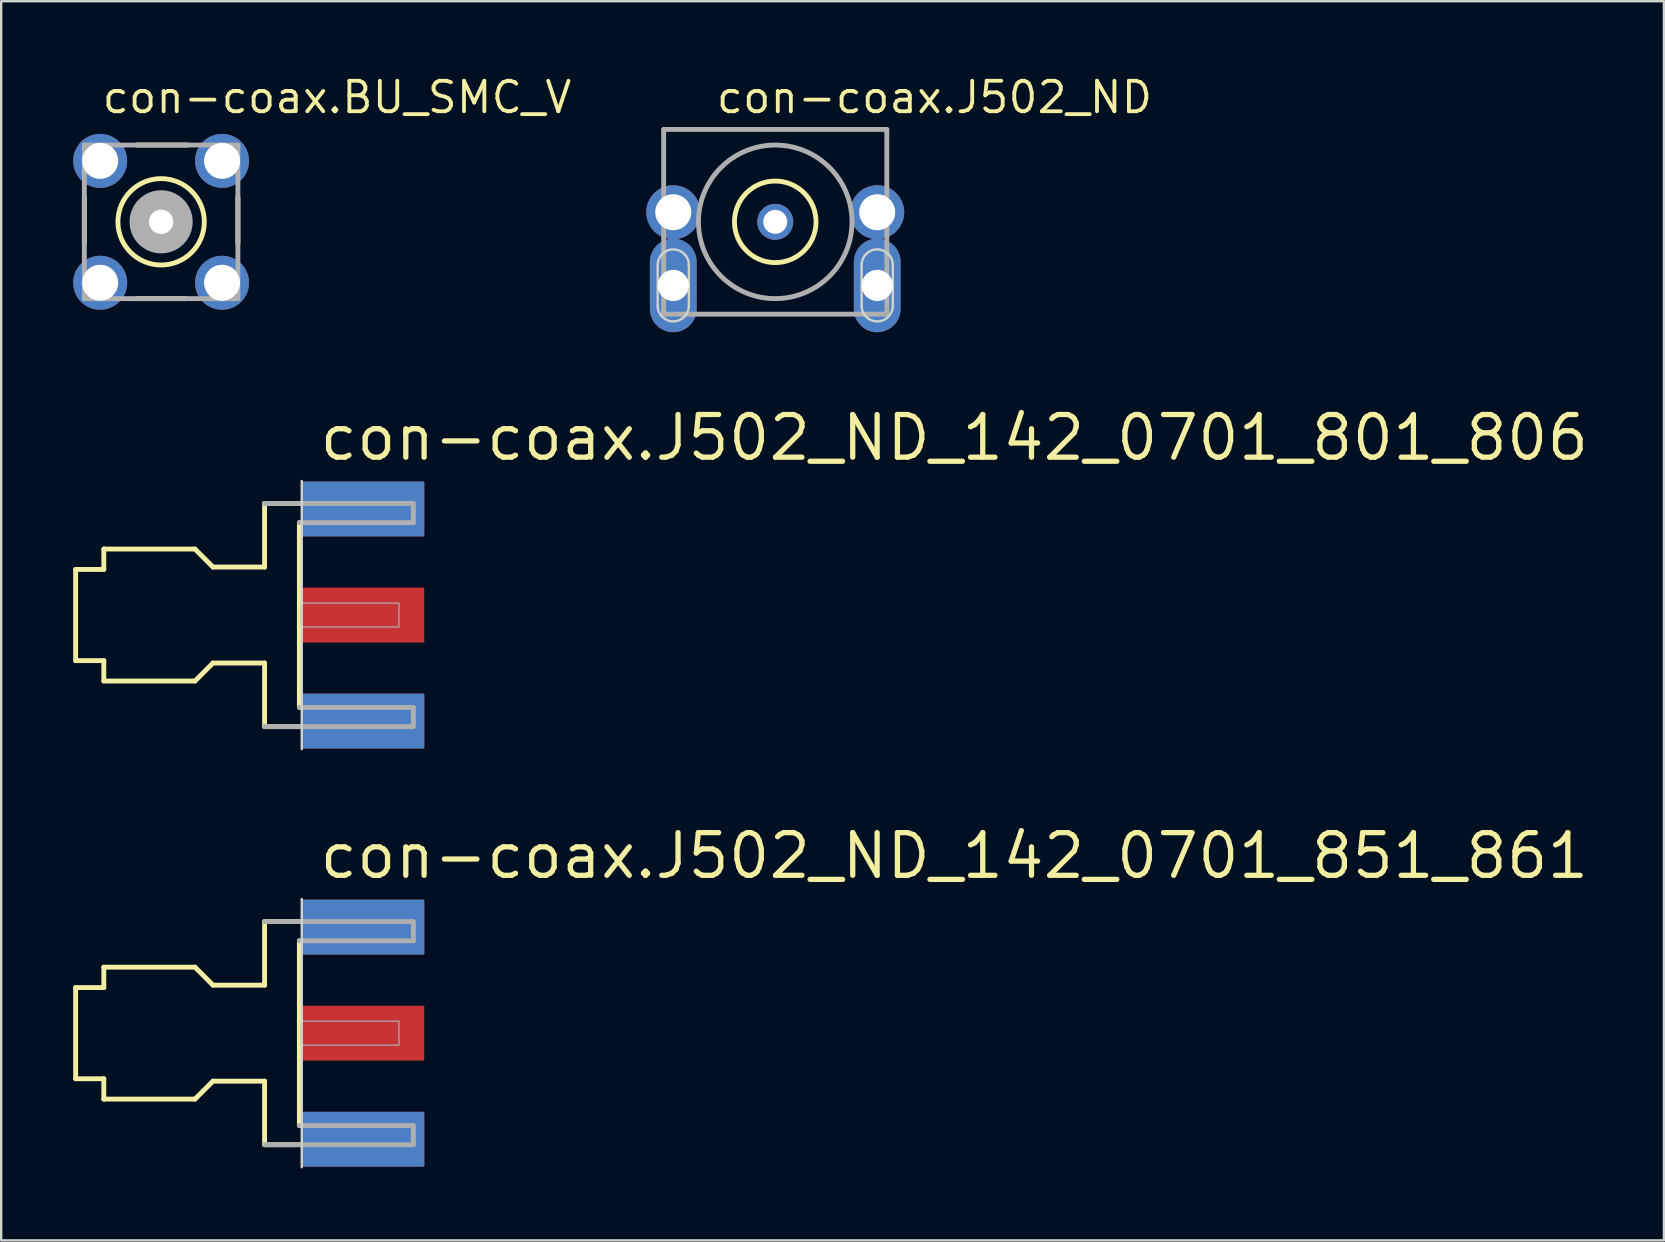
<source format=kicad_pcb>
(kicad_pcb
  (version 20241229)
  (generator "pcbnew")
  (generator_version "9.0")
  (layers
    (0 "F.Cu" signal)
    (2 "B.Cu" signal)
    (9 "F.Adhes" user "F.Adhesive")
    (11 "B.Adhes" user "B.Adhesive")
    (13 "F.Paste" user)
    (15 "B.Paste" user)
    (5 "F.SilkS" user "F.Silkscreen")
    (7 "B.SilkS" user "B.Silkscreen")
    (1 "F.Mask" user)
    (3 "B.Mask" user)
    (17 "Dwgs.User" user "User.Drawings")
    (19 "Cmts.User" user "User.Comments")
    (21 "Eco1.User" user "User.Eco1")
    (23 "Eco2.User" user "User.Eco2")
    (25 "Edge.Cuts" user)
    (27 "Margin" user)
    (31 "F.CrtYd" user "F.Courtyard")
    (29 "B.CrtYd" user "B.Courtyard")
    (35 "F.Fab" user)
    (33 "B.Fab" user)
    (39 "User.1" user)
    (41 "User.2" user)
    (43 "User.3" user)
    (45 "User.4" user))
  (footprint "con-coax.J502_ND"
    (layer "F.Cu")
    (at 29.26 6.195)
    (property "Reference" "con-coax.J502_ND" (at -2.54 -4.445 0) (layer "F.SilkS") (effects (font (size 1.27 1.27) (thickness 0.16)) (justify left bottom)))
    (attr through_hole)
    (fp_circle (center 0 0) (end 1.7 0) (stroke (width 0.203) (type default)) (fill no) (layer "F.SilkS"))
    (fp_line (start -4.9 3.5) (end -4.9 1.8) (stroke (width 0.1) (type default)) (layer "Edge.Cuts"))
    (fp_line (start -3.6 1.8) (end -3.6 3.5) (stroke (width 0.1) (type default)) (layer "Edge.Cuts"))
    (fp_line (start 3.6 3.5) (end 3.6 1.8) (stroke (width 0.1) (type default)) (layer "Edge.Cuts"))
    (fp_line (start 4.9 1.8) (end 4.9 3.5) (stroke (width 0.1) (type default)) (layer "Edge.Cuts"))
    (fp_arc (start -4.9 1.8) (mid -4.25 1.15) (end -3.6 1.8) (stroke (width 0.1) (type default)) (layer "Edge.Cuts"))
    (fp_arc (start -3.6 3.5) (mid -4.25 4.15) (end -4.9 3.5) (stroke (width 0.1) (type default)) (layer "Edge.Cuts"))
    (fp_arc (start 3.6 1.8) (mid 4.25 1.15) (end 4.9 1.8) (stroke (width 0.1) (type default)) (layer "Edge.Cuts"))
    (fp_arc (start 4.9 3.5) (mid 4.25 4.15) (end 3.6 3.5) (stroke (width 0.1) (type default)) (layer "Edge.Cuts"))
    (fp_line (start -4.65 -3.85) (end 4.65 -3.85) (stroke (width 0.203) (type default)) (layer "F.Fab"))
    (fp_line (start -4.65 3.85) (end -4.65 -3.85) (stroke (width 0.203) (type default)) (layer "F.Fab"))
    (fp_line (start 4.65 -3.85) (end 4.65 3.85) (stroke (width 0.203) (type default)) (layer "F.Fab"))
    (fp_line (start 4.65 3.85) (end -4.65 3.85) (stroke (width 0.203) (type default)) (layer "F.Fab"))
    (fp_circle (center 0 0) (end 3.2 0) (stroke (width 0.203) (type default)) (fill no) (layer "F.Fab"))
    (pad "1" thru_hole circle (at 0 0) (size 1.5 1.5) (drill 1) (layers "*.Cu" "*.Mask"))
    (pad "2" thru_hole circle (at -4.25 -0.4) (size 2.25 2.25) (drill 1.5) (layers "*.Cu" "*.Mask"))
    (pad "3" thru_hole circle (at 4.25 -0.4) (size 2.25 2.25) (drill 1.5) (layers "*.Cu" "*.Mask"))
    (pad "4" thru_hole oval (at 4.25 2.65 90) (size 3.9 1.95) (drill 1.3) (layers "*.Cu" "*.Mask"))
    (pad "5" thru_hole oval (at -4.25 2.65 90) (size 3.9 1.95) (drill 1.3) (layers "*.Cu" "*.Mask")))
  (footprint "con-coax.J502_ND_142_0701_851_861"
    (layer "F.Cu")
    (at 9.527 40.009)
    (property "Reference" "con-coax.J502_ND_142_0701_851_861" (at 0.635 -6.35 0) (layer "F.SilkS") (effects (font (size 1.778 1.778) (thickness 0.22)) (justify left bottom)))
    (attr smd)
    (fp_line (start -9.425 -1.9) (end -8.25 -1.9) (stroke (width 0.203) (type default)) (layer "F.SilkS"))
    (fp_line (start -9.425 1.9) (end -9.425 -1.9) (stroke (width 0.203) (type default)) (layer "F.SilkS"))
    (fp_line (start -8.25 -2.75) (end -4.45 -2.75) (stroke (width 0.203) (type default)) (layer "F.SilkS"))
    (fp_line (start -8.25 -1.9) (end -8.25 -2.75) (stroke (width 0.203) (type default)) (layer "F.SilkS"))
    (fp_line (start -8.25 1.9) (end -9.425 1.9) (stroke (width 0.203) (type default)) (layer "F.SilkS"))
    (fp_line (start -8.25 2.75) (end -8.25 1.9) (stroke (width 0.203) (type default)) (layer "F.SilkS"))
    (fp_line (start -4.45 -2.75) (end -3.7 -2) (stroke (width 0.203) (type default)) (layer "F.SilkS"))
    (fp_line (start -4.45 2.75) (end -8.25 2.75) (stroke (width 0.203) (type default)) (layer "F.SilkS"))
    (fp_line (start -3.7 -2) (end -1.55 -2) (stroke (width 0.203) (type default)) (layer "F.SilkS"))
    (fp_line (start -3.7 2) (end -4.45 2.75) (stroke (width 0.203) (type default)) (layer "F.SilkS"))
    (fp_line (start -1.55 -4.65) (end -0.1 -4.65) (stroke (width 0.203) (type default)) (layer "F.SilkS"))
    (fp_line (start -1.55 -2) (end -1.55 -4.65) (stroke (width 0.203) (type default)) (layer "F.SilkS"))
    (fp_line (start -1.55 2) (end -3.7 2) (stroke (width 0.203) (type default)) (layer "F.SilkS"))
    (fp_line (start -1.55 4.65) (end -1.55 2) (stroke (width 0.203) (type default)) (layer "F.SilkS"))
    (fp_line (start -0.1 3.85) (end -0.1 -3.85) (stroke (width 0.203) (type default)) (layer "F.SilkS"))
    (fp_line (start -0.1 4.65) (end -1.55 4.65) (stroke (width 0.203) (type default)) (layer "F.SilkS"))
    (fp_line (start 0 -5.588) (end 0 5.588) (stroke (width 0.1) (type default)) (layer "Edge.Cuts"))
    (fp_line (start -1.55 -4.65) (end 4.65 -4.65) (stroke (width 0.203) (type default)) (layer "F.Fab"))
    (fp_line (start -0.1 -3.85) (end 4.65 -3.85) (stroke (width 0.203) (type default)) (layer "F.Fab"))
    (fp_line (start 4.65 -3.85) (end 4.65 -4.65) (stroke (width 0.203) (type default)) (layer "F.Fab"))
    (fp_line (start 4.65 3.85) (end -0.1 3.85) (stroke (width 0.203) (type default)) (layer "F.Fab"))
    (fp_line (start 4.65 4.65) (end -1.55 4.65) (stroke (width 0.203) (type default)) (layer "F.Fab"))
    (fp_line (start 4.65 4.65) (end 4.65 3.85) (stroke (width 0.203) (type default)) (layer "F.Fab"))
    (fp_rect (start -0.025 0.5) (end 4.05 -0.5) (stroke (width 0.05) (type default)) (fill no) (layer "F.Fab"))
    (pad "1" smd roundrect (at 2.565 0) (size 5.08 2.286) (layers "F.Cu" "F.Mask" "F.Paste") (roundrect_rratio 0.01))
    (pad "G@1" smd roundrect (at 2.565 -4.42) (size 5.08 2.286) (layers "F.Cu" "F.Mask" "F.Paste") (roundrect_rratio 0.01))
    (pad "G@2" smd roundrect (at 2.565 4.42) (size 5.08 2.286) (layers "F.Cu" "F.Mask" "F.Paste") (roundrect_rratio 0.01))
    (pad "G@3" smd roundrect (at 2.565 -4.42) (size 5.08 2.286) (layers "B.Cu" "B.Mask" "B.Paste") (roundrect_rratio 0.01))
    (pad "G@4" smd roundrect (at 2.565 4.42) (size 5.08 2.286) (layers "B.Cu" "B.Mask" "B.Paste") (roundrect_rratio 0.01)))
  (footprint "con-coax.J502_ND_142_0701_801_806"
    (layer "F.Cu")
    (at 9.527 22.583)
    (property "Reference" "con-coax.J502_ND_142_0701_801_806" (at 0.635 -6.35 0) (layer "F.SilkS") (effects (font (size 1.778 1.778) (thickness 0.22)) (justify left bottom)))
    (attr smd)
    (fp_line (start -9.425 -1.9) (end -8.25 -1.9) (stroke (width 0.203) (type default)) (layer "F.SilkS"))
    (fp_line (start -9.425 1.9) (end -9.425 -1.9) (stroke (width 0.203) (type default)) (layer "F.SilkS"))
    (fp_line (start -8.25 -2.75) (end -4.45 -2.75) (stroke (width 0.203) (type default)) (layer "F.SilkS"))
    (fp_line (start -8.25 -1.9) (end -8.25 -2.75) (stroke (width 0.203) (type default)) (layer "F.SilkS"))
    (fp_line (start -8.25 1.9) (end -9.425 1.9) (stroke (width 0.203) (type default)) (layer "F.SilkS"))
    (fp_line (start -8.25 2.75) (end -8.25 1.9) (stroke (width 0.203) (type default)) (layer "F.SilkS"))
    (fp_line (start -4.45 -2.75) (end -3.7 -2) (stroke (width 0.203) (type default)) (layer "F.SilkS"))
    (fp_line (start -4.45 2.75) (end -8.25 2.75) (stroke (width 0.203) (type default)) (layer "F.SilkS"))
    (fp_line (start -3.7 -2) (end -1.55 -2) (stroke (width 0.203) (type default)) (layer "F.SilkS"))
    (fp_line (start -3.7 2) (end -4.45 2.75) (stroke (width 0.203) (type default)) (layer "F.SilkS"))
    (fp_line (start -1.55 -4.65) (end -0.1 -4.65) (stroke (width 0.203) (type default)) (layer "F.SilkS"))
    (fp_line (start -1.55 -2) (end -1.55 -4.65) (stroke (width 0.203) (type default)) (layer "F.SilkS"))
    (fp_line (start -1.55 2) (end -3.7 2) (stroke (width 0.203) (type default)) (layer "F.SilkS"))
    (fp_line (start -1.55 4.65) (end -1.55 2) (stroke (width 0.203) (type default)) (layer "F.SilkS"))
    (fp_line (start -0.1 3.85) (end -0.1 -3.85) (stroke (width 0.203) (type default)) (layer "F.SilkS"))
    (fp_line (start -0.1 4.65) (end -1.55 4.65) (stroke (width 0.203) (type default)) (layer "F.SilkS"))
    (fp_line (start 0 -5.588) (end 0 5.588) (stroke (width 0.1) (type default)) (layer "Edge.Cuts"))
    (fp_line (start -1.55 -4.65) (end 4.65 -4.65) (stroke (width 0.203) (type default)) (layer "F.Fab"))
    (fp_line (start -0.1 -3.85) (end 4.65 -3.85) (stroke (width 0.203) (type default)) (layer "F.Fab"))
    (fp_line (start 4.65 -3.85) (end 4.65 -4.65) (stroke (width 0.203) (type default)) (layer "F.Fab"))
    (fp_line (start 4.65 3.85) (end -0.1 3.85) (stroke (width 0.203) (type default)) (layer "F.Fab"))
    (fp_line (start 4.65 4.65) (end -1.55 4.65) (stroke (width 0.203) (type default)) (layer "F.Fab"))
    (fp_line (start 4.65 4.65) (end 4.65 3.85) (stroke (width 0.203) (type default)) (layer "F.Fab"))
    (fp_rect (start -0.025 0.5) (end 4.05 -0.5) (stroke (width 0.05) (type default)) (fill no) (layer "F.Fab"))
    (pad "1" smd roundrect (at 2.565 0) (size 5.08 2.286) (layers "F.Cu" "F.Mask" "F.Paste") (roundrect_rratio 0.01))
    (pad "G@1" smd roundrect (at 2.565 -4.42) (size 5.08 2.286) (layers "F.Cu" "F.Mask" "F.Paste") (roundrect_rratio 0.01))
    (pad "G@2" smd roundrect (at 2.565 4.42) (size 5.08 2.286) (layers "F.Cu" "F.Mask" "F.Paste") (roundrect_rratio 0.01))
    (pad "G@3" smd roundrect (at 2.565 -4.42) (size 5.08 2.286) (layers "B.Cu" "B.Mask" "B.Paste") (roundrect_rratio 0.01))
    (pad "G@4" smd roundrect (at 2.565 4.42) (size 5.08 2.286) (layers "B.Cu" "B.Mask" "B.Paste") (roundrect_rratio 0.01)))
  (footprint "con-coax.BU_SMC_V"
    (layer "F.Cu")
    (at 3.665 6.195)
    (property "Reference" "con-coax.BU_SMC_V" (at -2.54 -4.445 0) (layer "F.SilkS") (effects (font (size 1.27 1.27) (thickness 0.16)) (justify left bottom)))
    (attr through_hole)
    (fp_line (start -3.2 0.9) (end -3.2 -1) (stroke (width 0.203) (type default)) (layer "F.SilkS"))
    (fp_line (start -1 -3.2) (end 1.1 -3.2) (stroke (width 0.203) (type default)) (layer "F.SilkS"))
    (fp_line (start 1 3.2) (end -1 3.2) (stroke (width 0.203) (type default)) (layer "F.SilkS"))
    (fp_line (start 3.2 -1) (end 3.2 0.9) (stroke (width 0.203) (type default)) (layer "F.SilkS"))
    (fp_circle (center 0 0) (end 1.8 0) (stroke (width 0.203) (type default)) (fill no) (layer "F.SilkS"))
    (fp_line (start -3.2 3.2) (end 3.2 3.2) (stroke (width 0.203) (type default)) (layer "F.Fab"))
    (fp_line (start -3.2 -3.2) (end -3.2 3.2) (stroke (width 0.203) (type default)) (layer "F.Fab"))
    (fp_line (start 3.2 3.2) (end 3.2 -3.2) (stroke (width 0.203) (type default)) (layer "F.Fab"))
    (fp_line (start 3.2 -3.2) (end -3.2 -3.2) (stroke (width 0.203) (type default)) (layer "F.Fab"))
    (fp_circle (center 0 0) (end 0.3 0) (stroke (width 1.016) (type default)) (fill no) (layer "F.Fab"))
    (pad "1" thru_hole circle (at 0 0) (size 1.524 1.524) (drill 1.016) (layers "*.Cu" "*.Mask"))
    (pad "2" thru_hole circle (at -2.54 -2.54) (size 2.25 2.25) (drill 1.5) (layers "*.Cu" "*.Mask"))
    (pad "3" thru_hole circle (at 2.54 -2.54) (size 2.25 2.25) (drill 1.5) (layers "*.Cu" "*.Mask"))
    (pad "4" thru_hole circle (at 2.54 2.54) (size 2.25 2.25) (drill 1.5) (layers "*.Cu" "*.Mask"))
    (pad "5" thru_hole circle (at -2.54 2.54) (size 2.25 2.25) (drill 1.5) (layers "*.Cu" "*.Mask")))
  (gr_rect
    (start -3 -3)
    (end 66.298 48.647)
    (stroke (width 0.1) (type default))
    (fill no)
    (layer "Edge.Cuts")))
</source>
